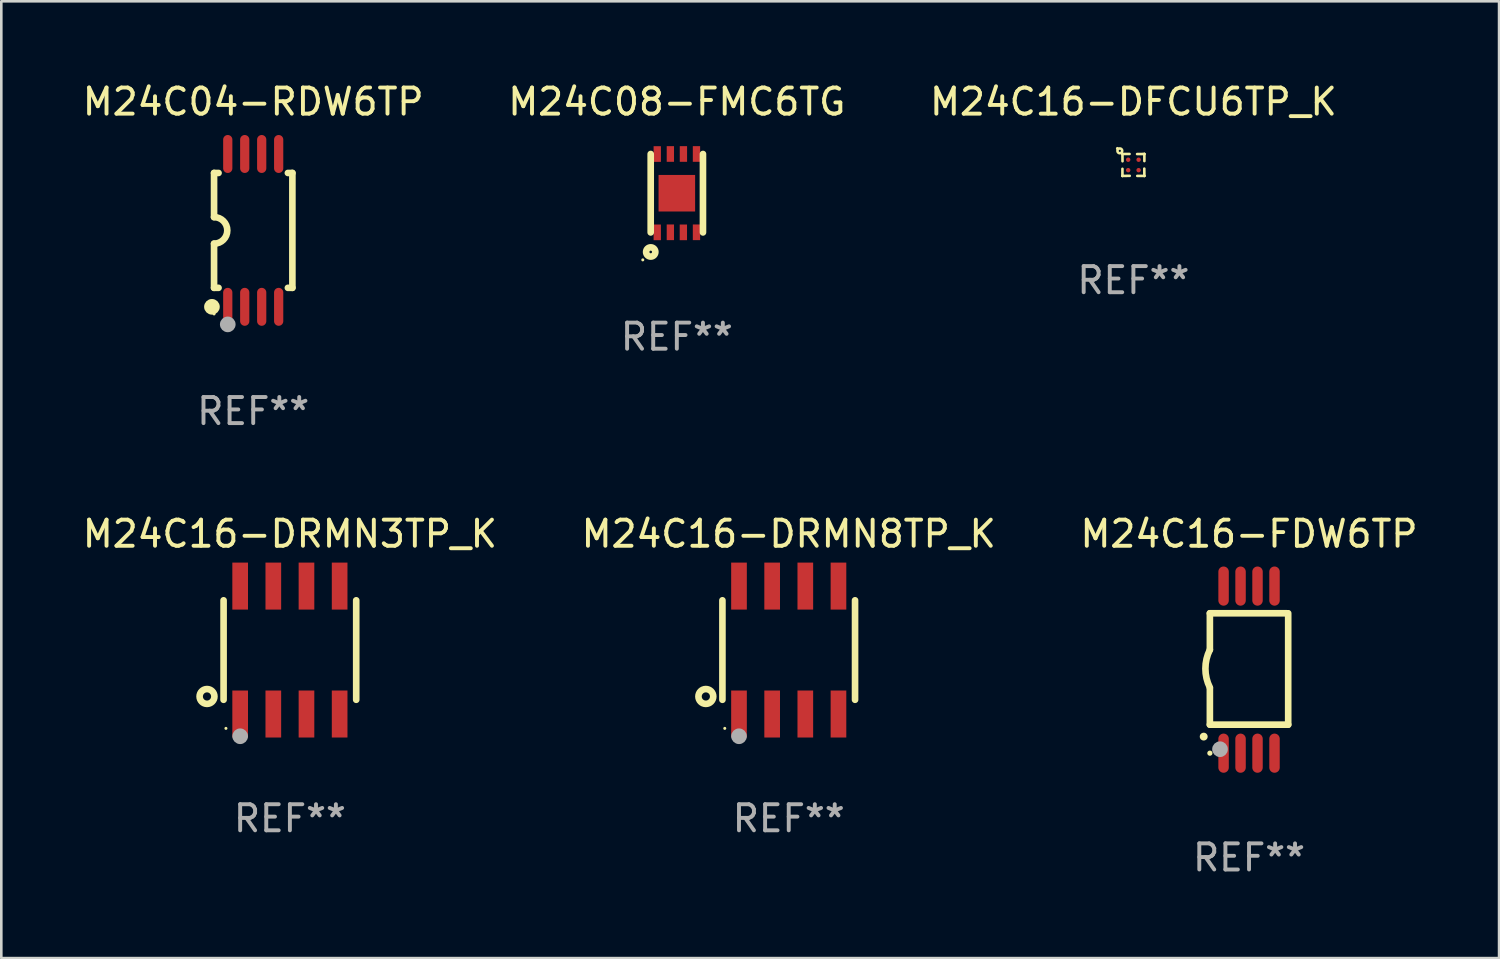
<source format=kicad_pcb>
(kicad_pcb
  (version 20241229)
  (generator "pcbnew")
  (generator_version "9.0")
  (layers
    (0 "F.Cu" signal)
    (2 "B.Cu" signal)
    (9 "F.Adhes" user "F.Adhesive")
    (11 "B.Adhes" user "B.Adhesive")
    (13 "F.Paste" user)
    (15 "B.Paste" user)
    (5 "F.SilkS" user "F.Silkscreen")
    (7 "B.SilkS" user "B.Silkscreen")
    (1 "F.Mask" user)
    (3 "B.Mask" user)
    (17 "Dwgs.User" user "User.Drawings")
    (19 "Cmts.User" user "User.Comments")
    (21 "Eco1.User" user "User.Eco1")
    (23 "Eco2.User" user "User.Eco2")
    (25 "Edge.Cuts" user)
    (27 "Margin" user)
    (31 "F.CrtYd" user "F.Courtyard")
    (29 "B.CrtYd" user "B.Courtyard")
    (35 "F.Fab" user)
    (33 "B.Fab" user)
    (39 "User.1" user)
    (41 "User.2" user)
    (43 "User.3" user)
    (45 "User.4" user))
  (footprint "M24C16-DFCU6TP_K"
    (layer "F.Cu")
    (at 40.363 3.268)
    (property "Reference" "M24C16-DFCU6TP_K" (at 0 -2.42 0) (layer "F.SilkS") (effects (font (size 1 1) (thickness 0.15))))
    (attr through_hole)
    (fp_line (start -0.42 0.148) (end -0.42 0.42) (stroke (width 0.1) (type solid)) (layer "F.SilkS"))
    (fp_line (start -0.42 0.42) (end -0.42 0.42) (stroke (width 0.1) (type solid)) (layer "F.SilkS"))
    (fp_line (start -0.42 0.42) (end -0.141 0.417) (stroke (width 0.1) (type solid)) (layer "F.SilkS"))
    (fp_line (start -0.42 -0.42) (end -0.42 -0.42) (stroke (width 0.1) (type solid)) (layer "F.SilkS"))
    (fp_line (start -0.42 -0.42) (end -0.417 -0.141) (stroke (width 0.1) (type solid)) (layer "F.SilkS"))
    (fp_line (start -0.148 -0.42) (end -0.42 -0.42) (stroke (width 0.1) (type solid)) (layer "F.SilkS"))
    (fp_line (start 0.148 0.42) (end 0.42 0.42) (stroke (width 0.1) (type solid)) (layer "F.SilkS"))
    (fp_line (start 0.42 0.42) (end 0.417 0.141) (stroke (width 0.1) (type solid)) (layer "F.SilkS"))
    (fp_line (start 0.42 0.42) (end 0.42 0.42) (stroke (width 0.1) (type solid)) (layer "F.SilkS"))
    (fp_line (start 0.42 -0.42) (end 0.141 -0.417) (stroke (width 0.1) (type solid)) (layer "F.SilkS"))
    (fp_line (start 0.42 -0.42) (end 0.42 -0.42) (stroke (width 0.1) (type solid)) (layer "F.SilkS"))
    (fp_line (start 0.42 -0.148) (end 0.42 -0.42) (stroke (width 0.1) (type solid)) (layer "F.SilkS"))
    (fp_circle (center -0.612 -0.632) (end -0.582 -0.632) (stroke (width 0.06) (type solid)) (fill no) (layer "F.SilkS"))
    (fp_circle (center -0.52 -0.54) (end -0.478 -0.54) (stroke (width 0.1) (type solid)) (fill no) (layer "F.SilkS"))
    (fp_text user "REF**" (at 0 4.42 0) (layer "F.Fab") (effects (font (size 1 1) (thickness 0.15))))
    (pad "A1" smd circle (at -0.2 -0.2) (size 0.17 0.17) (layers "F.Cu" "F.Mask" "F.Paste"))
    (pad "A2" smd circle (at 0.2 -0.2) (size 0.17 0.17) (layers "F.Cu" "F.Mask" "F.Paste"))
    (pad "B1" smd circle (at -0.2 0.2) (size 0.17 0.17) (layers "F.Cu" "F.Mask" "F.Paste"))
    (pad "B2" smd circle (at 0.2 0.2) (size 0.17 0.17) (layers "F.Cu" "F.Mask" "F.Paste")))
  (footprint "M24C04-RDW6TP"
    (layer "F.Cu")
    (at 6.649 5.775)
    (property "Reference" "M24C04-RDW6TP" (at 0 -4.927 0) (layer "F.SilkS") (effects (font (size 1 1) (thickness 0.15))))
    (attr through_hole)
    (fp_line (start -1.5 -2.2) (end -1.5 -0.508) (stroke (width 0.254) (type solid)) (layer "F.SilkS"))
    (fp_line (start -1.5 -2.2) (end -1.328 -2.2) (stroke (width 0.254) (type solid)) (layer "F.SilkS"))
    (fp_line (start -1.5 2.2) (end -1.5 0.508) (stroke (width 0.254) (type solid)) (layer "F.SilkS"))
    (fp_line (start -1.5 2.2) (end -1.328 2.2) (stroke (width 0.254) (type solid)) (layer "F.SilkS"))
    (fp_line (start 1.328 -2.2) (end 1.5 -2.2) (stroke (width 0.254) (type solid)) (layer "F.SilkS"))
    (fp_line (start 1.328 2.2) (end 1.5 2.2) (stroke (width 0.254) (type solid)) (layer "F.SilkS"))
    (fp_line (start 1.5 -2.2) (end 1.5 2.2) (stroke (width 0.254) (type solid)) (layer "F.SilkS"))
    (fp_arc (start -1.501144 -0.508) (mid -0.993143 -0.000571) (end -1.5 0.508001) (stroke (width 0.254001) (type solid)) (layer "F.SilkS"))
    (fp_circle (center -1.581 2.927) (end -1.431 2.927) (stroke (width 0.3) (type solid)) (fill no) (layer "F.SilkS"))
    (fp_circle (center -1.5 3.2) (end -1.47 3.2) (stroke (width 0.06) (type solid)) (fill no) (layer "F.SilkS"))
    (fp_circle (center -0.975 3.6) (end -0.825 3.6) (stroke (width 0.3) (type solid)) (fill no) (layer "F.Fab"))
    (fp_text user "REF**" (at 0 6.927 0) (layer "F.Fab") (effects (font (size 1 1) (thickness 0.15))))
    (pad "1" smd oval (at -0.975 2.927) (size 0.353 1.454) (layers "F.Cu" "F.Mask" "F.Paste"))
    (pad "2" smd oval (at -0.325 2.927) (size 0.353 1.454) (layers "F.Cu" "F.Mask" "F.Paste"))
    (pad "3" smd oval (at 0.325 2.927) (size 0.353 1.454) (layers "F.Cu" "F.Mask" "F.Paste"))
    (pad "4" smd oval (at 0.975 2.927) (size 0.353 1.454) (layers "F.Cu" "F.Mask" "F.Paste"))
    (pad "5" smd oval (at 0.975 -2.927) (size 0.353 1.454) (layers "F.Cu" "F.Mask" "F.Paste"))
    (pad "6" smd oval (at 0.325 -2.927) (size 0.353 1.454) (layers "F.Cu" "F.Mask" "F.Paste"))
    (pad "7" smd oval (at -0.325 -2.927) (size 0.353 1.454) (layers "F.Cu" "F.Mask" "F.Paste"))
    (pad "8" smd oval (at -0.975 -2.927) (size 0.353 1.454) (layers "F.Cu" "F.Mask" "F.Paste")))
  (footprint "M24C08-FMC6TG"
    (layer "F.Cu")
    (at 22.875 4.35)
    (property "Reference" "M24C08-FMC6TG" (at 0 -3.502 0) (layer "F.SilkS") (effects (font (size 1 1) (thickness 0.15))))
    (attr through_hole)
    (fp_line (start -1.001 1.502) (end -1.001 -1.501) (stroke (width 0.254) (type solid)) (layer "F.SilkS"))
    (fp_line (start 1.001 1.502) (end 1.001 -1.501) (stroke (width 0.254) (type solid)) (layer "F.SilkS"))
    (fp_circle (center -1.304 2.554) (end -1.274 2.554) (stroke (width 0.06) (type solid)) (fill no) (layer "F.SilkS"))
    (fp_circle (center -1 2.251) (end -0.823 2.251) (stroke (width 0.254) (type solid)) (fill no) (layer "F.SilkS"))
    (fp_text user "REF**" (at 0 5.502 0) (layer "F.Fab") (effects (font (size 1 1) (thickness 0.15))))
    (pad "1" smd rect (at -0.75 1.5 180) (size 0.28 0.6) (layers "F.Cu" "F.Mask" "F.Paste"))
    (pad "2" smd rect (at -0.248 1.498 180) (size 0.28 0.6) (layers "F.Cu" "F.Mask" "F.Paste"))
    (pad "3" smd rect (at 0.25 1.5 180) (size 0.28 0.6) (layers "F.Cu" "F.Mask" "F.Paste"))
    (pad "4" smd rect (at 0.752 1.498 180) (size 0.28 0.6) (layers "F.Cu" "F.Mask" "F.Paste"))
    (pad "5" smd rect (at 0.752 -1.502 180) (size 0.28 0.6) (layers "F.Cu" "F.Mask" "F.Paste"))
    (pad "6" smd rect (at 0.252 -1.502 180) (size 0.28 0.6) (layers "F.Cu" "F.Mask" "F.Paste"))
    (pad "7" smd rect (at -0.248 -1.502 180) (size 0.28 0.6) (layers "F.Cu" "F.Mask" "F.Paste"))
    (pad "8" smd rect (at -0.75 -1.5 180) (size 0.28 0.6) (layers "F.Cu" "F.Mask" "F.Paste"))
    (pad "9" smd rect (at 0.000051 0.001 270) (size 1.4 1.4) (layers "F.Cu" "F.Mask" "F.Paste")))
  (footprint "M24C16-DRMN8TP_K"
    (layer "F.Cu")
    (at 27.161 21.849)
    (property "Reference" "M24C16-DRMN8TP_K" (at 0 -4.45 0) (layer "F.SilkS") (effects (font (size 1 1) (thickness 0.15))))
    (attr through_hole)
    (fp_line (start -2.54 -1.905) (end -2.54 1.905) (stroke (width 0.254) (type solid)) (layer "F.SilkS"))
    (fp_line (start 2.54 -1.905) (end 2.54 1.905) (stroke (width 0.254) (type solid)) (layer "F.SilkS"))
    (fp_circle (center -3.175 1.778) (end -2.891 1.778) (stroke (width 0.254) (type solid)) (fill no) (layer "F.SilkS"))
    (fp_circle (center -2.45 3) (end -2.42 3) (stroke (width 0.06) (type solid)) (fill no) (layer "F.SilkS"))
    (fp_circle (center -1.905 3.302) (end -1.755 3.302) (stroke (width 0.3) (type solid)) (fill no) (layer "F.Fab"))
    (fp_text user "REF**" (at 0 6.45 0) (layer "F.Fab") (effects (font (size 1 1) (thickness 0.15))))
    (pad "1" smd rect (at -1.905 2.45) (size 0.6 1.8) (layers "F.Cu" "F.Mask" "F.Paste"))
    (pad "2" smd rect (at -0.635 2.45) (size 0.6 1.8) (layers "F.Cu" "F.Mask" "F.Paste"))
    (pad "3" smd rect (at 0.635 2.45) (size 0.6 1.8) (layers "F.Cu" "F.Mask" "F.Paste"))
    (pad "4" smd rect (at 1.905 2.45) (size 0.6 1.8) (layers "F.Cu" "F.Mask" "F.Paste"))
    (pad "5" smd rect (at 1.905 -2.45 180) (size 0.6 1.8) (layers "F.Cu" "F.Mask" "F.Paste"))
    (pad "6" smd rect (at 0.635 -2.45 180) (size 0.6 1.8) (layers "F.Cu" "F.Mask" "F.Paste"))
    (pad "7" smd rect (at -0.635 -2.45 180) (size 0.6 1.8) (layers "F.Cu" "F.Mask" "F.Paste"))
    (pad "8" smd rect (at -1.905 -2.45 180) (size 0.6 1.8) (layers "F.Cu" "F.Mask" "F.Paste")))
  (footprint "M24C16-FDW6TP"
    (layer "F.Cu")
    (at 44.792 22.599)
    (property "Reference" "M24C16-FDW6TP" (at 0 -5.2 0) (layer "F.SilkS") (effects (font (size 1 1) (thickness 0.15))))
    (attr through_hole)
    (fp_line (start -1.5 -0.762) (end -1.5 -2.159) (stroke (width 0.254) (type solid)) (layer "F.SilkS"))
    (fp_line (start -1.5 2.108) (end -1.5 0.711) (stroke (width 0.254) (type solid)) (layer "F.SilkS"))
    (fp_line (start -1.5 2.108) (end 1.5 2.108) (stroke (width 0.254) (type solid)) (layer "F.SilkS"))
    (fp_line (start 1.463 -2.159) (end -1.5 -2.159) (stroke (width 0.254) (type solid)) (layer "F.SilkS"))
    (fp_line (start 1.5 2.108) (end 1.5 -2.159) (stroke (width 0.254) (type solid)) (layer "F.SilkS"))
    (fp_arc (start -1.737287 2.565405) (mid -1.736017 2.5654) (end -1.734747 2.565405) (stroke (width 0.3) (type solid)) (layer "F.SilkS"))
    (fp_arc (start -1.500076 0.685801) (mid -1.670966 -0.0381) (end -1.500076 -0.762002) (stroke (width 0.254001) (type solid)) (layer "F.SilkS"))
    (fp_circle (center -1.5 3.2) (end -1.45 3.2) (stroke (width 0.1) (type solid)) (fill no) (layer "F.SilkS"))
    (fp_circle (center -1.112 3.048) (end -0.962 3.048) (stroke (width 0.3) (type solid)) (fill no) (layer "F.Fab"))
    (fp_text user "REF**" (at 0 7.2 0) (layer "F.Fab") (effects (font (size 1 1) (thickness 0.15))))
    (pad "1" smd oval (at -0.975 3.2 180) (size 0.4 1.5) (layers "F.Cu" "F.Mask" "F.Paste"))
    (pad "2" smd oval (at -0.325 3.2 180) (size 0.4 1.5) (layers "F.Cu" "F.Mask" "F.Paste"))
    (pad "3" smd oval (at 0.325 3.2 180) (size 0.4 1.5) (layers "F.Cu" "F.Mask" "F.Paste"))
    (pad "4" smd oval (at 0.976 3.2 180) (size 0.4 1.5) (layers "F.Cu" "F.Mask" "F.Paste"))
    (pad "5" smd oval (at 0.976 -3.2 180) (size 0.4 1.5) (layers "F.Cu" "F.Mask" "F.Paste"))
    (pad "6" smd oval (at 0.325 -3.2 180) (size 0.4 1.5) (layers "F.Cu" "F.Mask" "F.Paste"))
    (pad "7" smd oval (at -0.325 -3.2 180) (size 0.4 1.5) (layers "F.Cu" "F.Mask" "F.Paste"))
    (pad "8" smd oval (at -0.975 -3.2 180) (size 0.4 1.5) (layers "F.Cu" "F.Mask" "F.Paste")))
  (footprint "M24C16-DRMN3TP_K"
    (layer "F.Cu")
    (at 8.054 21.849)
    (property "Reference" "M24C16-DRMN3TP_K" (at 0 -4.45 0) (layer "F.SilkS") (effects (font (size 1 1) (thickness 0.15))))
    (attr through_hole)
    (fp_line (start -2.54 -1.905) (end -2.54 1.905) (stroke (width 0.254) (type solid)) (layer "F.SilkS"))
    (fp_line (start 2.54 -1.905) (end 2.54 1.905) (stroke (width 0.254) (type solid)) (layer "F.SilkS"))
    (fp_circle (center -3.175 1.778) (end -2.891 1.778) (stroke (width 0.254) (type solid)) (fill no) (layer "F.SilkS"))
    (fp_circle (center -2.45 3) (end -2.42 3) (stroke (width 0.06) (type solid)) (fill no) (layer "F.SilkS"))
    (fp_circle (center -1.905 3.302) (end -1.755 3.302) (stroke (width 0.3) (type solid)) (fill no) (layer "F.Fab"))
    (fp_text user "REF**" (at 0 6.45 0) (layer "F.Fab") (effects (font (size 1 1) (thickness 0.15))))
    (pad "1" smd rect (at -1.905 2.45) (size 0.6 1.8) (layers "F.Cu" "F.Mask" "F.Paste"))
    (pad "2" smd rect (at -0.635 2.45) (size 0.6 1.8) (layers "F.Cu" "F.Mask" "F.Paste"))
    (pad "3" smd rect (at 0.635 2.45) (size 0.6 1.8) (layers "F.Cu" "F.Mask" "F.Paste"))
    (pad "4" smd rect (at 1.905 2.45) (size 0.6 1.8) (layers "F.Cu" "F.Mask" "F.Paste"))
    (pad "5" smd rect (at 1.905 -2.45 180) (size 0.6 1.8) (layers "F.Cu" "F.Mask" "F.Paste"))
    (pad "6" smd rect (at 0.635 -2.45 180) (size 0.6 1.8) (layers "F.Cu" "F.Mask" "F.Paste"))
    (pad "7" smd rect (at -0.635 -2.45 180) (size 0.6 1.8) (layers "F.Cu" "F.Mask" "F.Paste"))
    (pad "8" smd rect (at -1.905 -2.45 180) (size 0.6 1.8) (layers "F.Cu" "F.Mask" "F.Paste")))
  (gr_rect
    (start -3 -3)
    (end 54.369 33.648)
    (stroke (width 0.1) (type default))
    (fill no)
    (layer "Edge.Cuts")))
</source>
